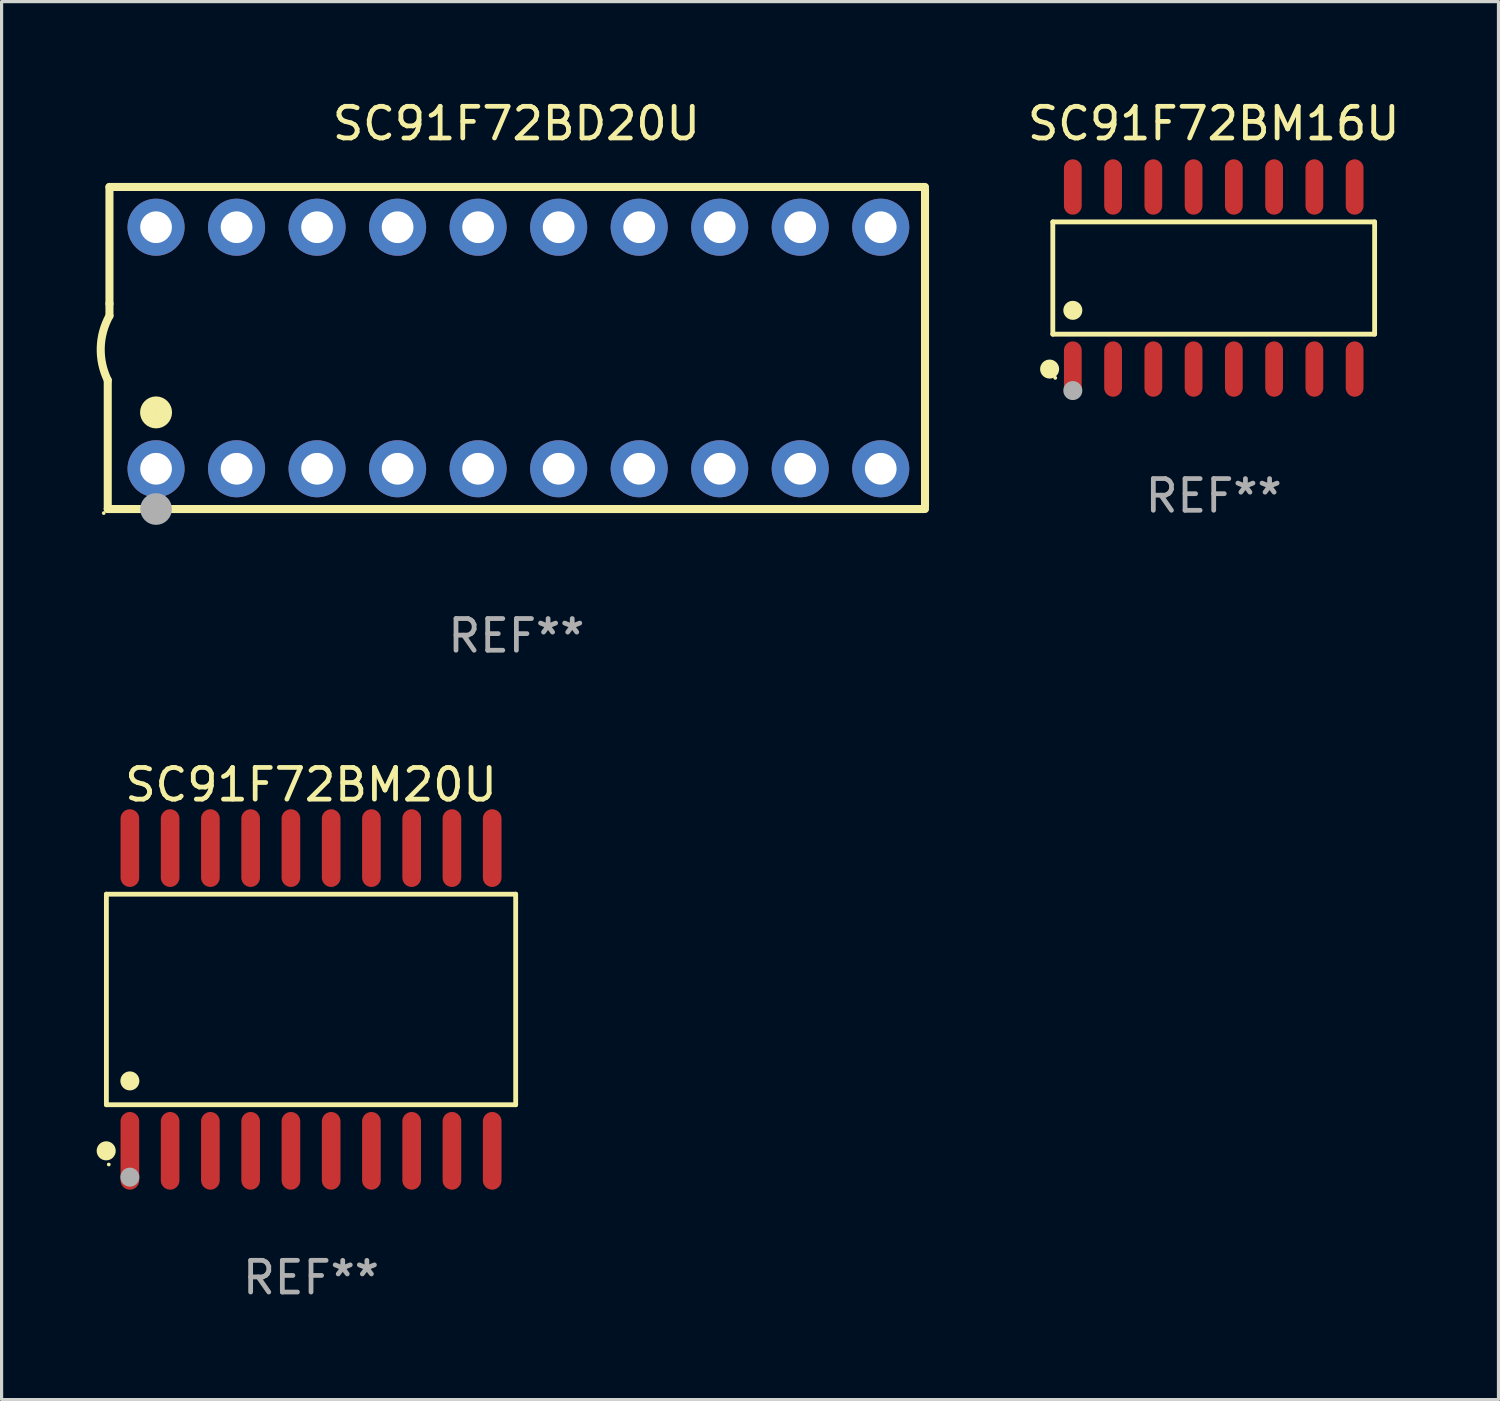
<source format=kicad_pcb>
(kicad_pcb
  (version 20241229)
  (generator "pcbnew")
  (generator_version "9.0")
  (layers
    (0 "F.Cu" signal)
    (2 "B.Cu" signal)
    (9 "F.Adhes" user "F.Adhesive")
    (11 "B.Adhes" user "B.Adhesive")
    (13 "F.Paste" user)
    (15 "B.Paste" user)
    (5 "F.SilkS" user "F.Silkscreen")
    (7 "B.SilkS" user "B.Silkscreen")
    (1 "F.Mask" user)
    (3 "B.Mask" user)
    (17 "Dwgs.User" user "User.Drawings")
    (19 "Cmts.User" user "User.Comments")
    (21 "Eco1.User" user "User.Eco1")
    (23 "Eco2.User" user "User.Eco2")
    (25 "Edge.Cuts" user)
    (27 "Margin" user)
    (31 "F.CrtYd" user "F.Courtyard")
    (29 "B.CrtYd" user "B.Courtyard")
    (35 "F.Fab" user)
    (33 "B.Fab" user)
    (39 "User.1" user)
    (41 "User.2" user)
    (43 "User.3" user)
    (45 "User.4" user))
  (footprint "SC91F72BM20U"
    (layer "F.Cu")
    (at 6.762 28.48)
    (property "Reference" "SC91F72BM20U" (at 0 -6.775 0) (layer "F.SilkS") (effects (font (size 1 1) (thickness 0.15))))
    (attr through_hole)
    (fp_line (start -6.456 -3.321) (end 6.456 -3.321) (stroke (width 0.152) (type solid)) (layer "F.SilkS"))
    (fp_line (start -6.456 3.321) (end -6.456 -3.321) (stroke (width 0.152) (type solid)) (layer "F.SilkS"))
    (fp_line (start 6.456 -3.321) (end 6.456 3.321) (stroke (width 0.152) (type solid)) (layer "F.SilkS"))
    (fp_line (start 6.456 3.321) (end -6.456 3.321) (stroke (width 0.152) (type solid)) (layer "F.SilkS"))
    (fp_circle (center -6.462 4.775) (end -6.311 4.775) (stroke (width 0.3) (type solid)) (fill no) (layer "F.SilkS"))
    (fp_circle (center -6.38 5.205) (end -6.35 5.205) (stroke (width 0.06) (type solid)) (fill no) (layer "F.SilkS"))
    (fp_circle (center -5.715 2.569) (end -5.565 2.569) (stroke (width 0.3) (type solid)) (fill no) (layer "F.SilkS"))
    (fp_circle (center -5.715 5.605) (end -5.565 5.605) (stroke (width 0.3) (type solid)) (fill no) (layer "F.Fab"))
    (fp_text user "REF**" (at 0 8.775 0) (layer "F.Fab") (effects (font (size 1 1) (thickness 0.15))))
    (pad "1" smd oval (at -5.715 4.775) (size 0.588 2.45) (layers "F.Cu" "F.Mask" "F.Paste"))
    (pad "2" smd oval (at -4.445 4.775) (size 0.588 2.45) (layers "F.Cu" "F.Mask" "F.Paste"))
    (pad "3" smd oval (at -3.175 4.775) (size 0.588 2.45) (layers "F.Cu" "F.Mask" "F.Paste"))
    (pad "4" smd oval (at -1.905 4.775) (size 0.588 2.45) (layers "F.Cu" "F.Mask" "F.Paste"))
    (pad "5" smd oval (at -0.635 4.775) (size 0.588 2.45) (layers "F.Cu" "F.Mask" "F.Paste"))
    (pad "6" smd oval (at 0.635 4.775) (size 0.588 2.45) (layers "F.Cu" "F.Mask" "F.Paste"))
    (pad "7" smd oval (at 1.905 4.775) (size 0.588 2.45) (layers "F.Cu" "F.Mask" "F.Paste"))
    (pad "8" smd oval (at 3.175 4.775) (size 0.588 2.45) (layers "F.Cu" "F.Mask" "F.Paste"))
    (pad "9" smd oval (at 4.445 4.775) (size 0.588 2.45) (layers "F.Cu" "F.Mask" "F.Paste"))
    (pad "10" smd oval (at 5.715 4.775) (size 0.588 2.45) (layers "F.Cu" "F.Mask" "F.Paste"))
    (pad "11" smd oval (at 5.715 -4.775) (size 0.588 2.45) (layers "F.Cu" "F.Mask" "F.Paste"))
    (pad "12" smd oval (at 4.445 -4.775) (size 0.588 2.45) (layers "F.Cu" "F.Mask" "F.Paste"))
    (pad "13" smd oval (at 3.175 -4.775) (size 0.588 2.45) (layers "F.Cu" "F.Mask" "F.Paste"))
    (pad "14" smd oval (at 1.905 -4.775) (size 0.588 2.45) (layers "F.Cu" "F.Mask" "F.Paste"))
    (pad "15" smd oval (at 0.635 -4.775) (size 0.588 2.45) (layers "F.Cu" "F.Mask" "F.Paste"))
    (pad "16" smd oval (at -0.635 -4.775) (size 0.588 2.45) (layers "F.Cu" "F.Mask" "F.Paste"))
    (pad "17" smd oval (at -1.905 -4.775) (size 0.588 2.45) (layers "F.Cu" "F.Mask" "F.Paste"))
    (pad "18" smd oval (at -3.175 -4.775) (size 0.588 2.45) (layers "F.Cu" "F.Mask" "F.Paste"))
    (pad "19" smd oval (at -4.445 -4.775) (size 0.588 2.45) (layers "F.Cu" "F.Mask" "F.Paste"))
    (pad "20" smd oval (at -5.715 -4.775) (size 0.588 2.45) (layers "F.Cu" "F.Mask" "F.Paste")))
  (footprint "SC91F72BM16U"
    (layer "F.Cu")
    (at 35.239 5.721)
    (property "Reference" "SC91F72BM16U" (at 0 -4.872 0) (layer "F.SilkS") (effects (font (size 1 1) (thickness 0.15))))
    (attr through_hole)
    (fp_line (start -5.076 -1.771) (end 5.076 -1.771) (stroke (width 0.152) (type solid)) (layer "F.SilkS"))
    (fp_line (start -5.076 1.771) (end -5.076 -1.771) (stroke (width 0.152) (type solid)) (layer "F.SilkS"))
    (fp_line (start 5.076 -1.771) (end 5.076 1.771) (stroke (width 0.152) (type solid)) (layer "F.SilkS"))
    (fp_line (start 5.076 1.771) (end -5.076 1.771) (stroke (width 0.152) (type solid)) (layer "F.SilkS"))
    (fp_circle (center -5.177 2.872) (end -5.027 2.872) (stroke (width 0.3) (type solid)) (fill no) (layer "F.SilkS"))
    (fp_circle (center -5 3.15) (end -4.97 3.15) (stroke (width 0.06) (type solid)) (fill no) (layer "F.SilkS"))
    (fp_circle (center -4.445 1.019) (end -4.295 1.019) (stroke (width 0.3) (type solid)) (fill no) (layer "F.SilkS"))
    (fp_circle (center -4.445 3.55) (end -4.295 3.55) (stroke (width 0.3) (type solid)) (fill no) (layer "F.Fab"))
    (fp_text user "REF**" (at 0 6.872 0) (layer "F.Fab") (effects (font (size 1 1) (thickness 0.15))))
    (pad "1" smd oval (at -4.445 2.872) (size 0.56 1.745) (layers "F.Cu" "F.Mask" "F.Paste"))
    (pad "2" smd oval (at -3.175 2.872) (size 0.56 1.745) (layers "F.Cu" "F.Mask" "F.Paste"))
    (pad "3" smd oval (at -1.905 2.872) (size 0.56 1.745) (layers "F.Cu" "F.Mask" "F.Paste"))
    (pad "4" smd oval (at -0.635 2.872) (size 0.56 1.745) (layers "F.Cu" "F.Mask" "F.Paste"))
    (pad "5" smd oval (at 0.635 2.872) (size 0.56 1.745) (layers "F.Cu" "F.Mask" "F.Paste"))
    (pad "6" smd oval (at 1.905 2.872) (size 0.56 1.745) (layers "F.Cu" "F.Mask" "F.Paste"))
    (pad "7" smd oval (at 3.175 2.872) (size 0.56 1.745) (layers "F.Cu" "F.Mask" "F.Paste"))
    (pad "8" smd oval (at 4.445 2.872) (size 0.56 1.745) (layers "F.Cu" "F.Mask" "F.Paste"))
    (pad "9" smd oval (at 4.445 -2.872) (size 0.56 1.745) (layers "F.Cu" "F.Mask" "F.Paste"))
    (pad "10" smd oval (at 3.175 -2.872) (size 0.56 1.745) (layers "F.Cu" "F.Mask" "F.Paste"))
    (pad "11" smd oval (at 1.905 -2.872) (size 0.56 1.745) (layers "F.Cu" "F.Mask" "F.Paste"))
    (pad "12" smd oval (at 0.635 -2.872) (size 0.56 1.745) (layers "F.Cu" "F.Mask" "F.Paste"))
    (pad "13" smd oval (at -0.635 -2.872) (size 0.56 1.745) (layers "F.Cu" "F.Mask" "F.Paste"))
    (pad "14" smd oval (at -1.905 -2.872) (size 0.56 1.745) (layers "F.Cu" "F.Mask" "F.Paste"))
    (pad "15" smd oval (at -3.175 -2.872) (size 0.56 1.745) (layers "F.Cu" "F.Mask" "F.Paste"))
    (pad "16" smd oval (at -4.445 -2.872) (size 0.56 1.745) (layers "F.Cu" "F.Mask" "F.Paste")))
  (footprint "SC91F72BD20U"
    (layer "F.Cu")
    (at 13.24 7.928)
    (property "Reference" "SC91F72BD20U" (at 0 -7.08 0) (layer "F.SilkS") (effects (font (size 1 1) (thickness 0.15))))
    (attr through_hole)
    (fp_line (start -12.891 5.08) (end -12.891 1.016) (stroke (width 0.254) (type solid)) (layer "F.SilkS"))
    (fp_line (start -12.891 5.08) (end 12.891 5.08) (stroke (width 0.254) (type solid)) (layer "F.SilkS"))
    (fp_line (start -12.837 -5.08) (end -12.837 -1.397) (stroke (width 0.254) (type solid)) (layer "F.SilkS"))
    (fp_line (start -12.837 -5.08) (end 12.891 -5.08) (stroke (width 0.254) (type solid)) (layer "F.SilkS"))
    (fp_line (start -12.837 -1.397) (end -12.837 -1.016) (stroke (width 0.254) (type solid)) (layer "F.SilkS"))
    (fp_line (start 12.891 -5) (end 12.891 5) (stroke (width 0.254) (type solid)) (layer "F.SilkS"))
    (fp_arc (start -12.890526 1.016002) (mid -13.111945 -0.006602) (end -12.836525 -1.016002) (stroke (width 0.254001) (type solid)) (layer "F.SilkS"))
    (fp_circle (center -13.018 5.207) (end -12.988 5.207) (stroke (width 0.06) (type solid)) (fill no) (layer "F.SilkS"))
    (fp_circle (center -11.367 2.032) (end -11.113 2.032) (stroke (width 0.5) (type solid)) (fill no) (layer "F.SilkS"))
    (fp_circle (center -11.367 5.08) (end -11.117 5.08) (stroke (width 0.5) (type solid)) (fill no) (layer "F.Fab"))
    (fp_text user "REF**" (at 0 9.08 0) (layer "F.Fab") (effects (font (size 1 1) (thickness 0.15))))
    (pad "1" thru_hole circle (at -11.367 3.81) (size 1.8 1.8) (drill 1) (layers "*.Cu" "*.Mask"))
    (pad "2" thru_hole circle (at -8.827 3.81) (size 1.8 1.8) (drill 1) (layers "*.Cu" "*.Mask"))
    (pad "3" thru_hole circle (at -6.287 3.81) (size 1.8 1.8) (drill 1) (layers "*.Cu" "*.Mask"))
    (pad "4" thru_hole circle (at -3.747 3.81) (size 1.8 1.8) (drill 1) (layers "*.Cu" "*.Mask"))
    (pad "5" thru_hole circle (at -1.207 3.81) (size 1.8 1.8) (drill 1) (layers "*.Cu" "*.Mask"))
    (pad "6" thru_hole circle (at 1.334 3.81) (size 1.8 1.8) (drill 1) (layers "*.Cu" "*.Mask"))
    (pad "7" thru_hole circle (at 3.874 3.81) (size 1.8 1.8) (drill 1) (layers "*.Cu" "*.Mask"))
    (pad "8" thru_hole circle (at 6.414 3.81) (size 1.8 1.8) (drill 1) (layers "*.Cu" "*.Mask"))
    (pad "9" thru_hole circle (at 8.954 3.81) (size 1.8 1.8) (drill 1) (layers "*.Cu" "*.Mask"))
    (pad "10" thru_hole circle (at 11.494 3.81) (size 1.8 1.8) (drill 1) (layers "*.Cu" "*.Mask"))
    (pad "11" thru_hole circle (at 11.494 -3.81) (size 1.8 1.8) (drill 1) (layers "*.Cu" "*.Mask"))
    (pad "12" thru_hole circle (at 8.954 -3.81) (size 1.8 1.8) (drill 1) (layers "*.Cu" "*.Mask"))
    (pad "13" thru_hole circle (at 6.414 -3.81) (size 1.8 1.8) (drill 1) (layers "*.Cu" "*.Mask"))
    (pad "14" thru_hole circle (at 3.874 -3.81) (size 1.8 1.8) (drill 1) (layers "*.Cu" "*.Mask"))
    (pad "15" thru_hole circle (at 1.334 -3.81) (size 1.8 1.8) (drill 1) (layers "*.Cu" "*.Mask"))
    (pad "16" thru_hole circle (at -1.207 -3.81) (size 1.8 1.8) (drill 1) (layers "*.Cu" "*.Mask"))
    (pad "17" thru_hole circle (at -3.747 -3.81) (size 1.8 1.8) (drill 1) (layers "*.Cu" "*.Mask"))
    (pad "18" thru_hole circle (at -6.287 -3.81) (size 1.8 1.8) (drill 1) (layers "*.Cu" "*.Mask"))
    (pad "19" thru_hole circle (at -8.827 -3.81) (size 1.8 1.8) (drill 1) (layers "*.Cu" "*.Mask"))
    (pad "20" thru_hole circle (at -11.367 -3.81) (size 1.8 1.8) (drill 1) (layers "*.Cu" "*.Mask")))
  (gr_rect
    (start -3 -3)
    (end 44.222 41.103)
    (stroke (width 0.1) (type default))
    (fill no)
    (layer "Edge.Cuts")))
</source>
